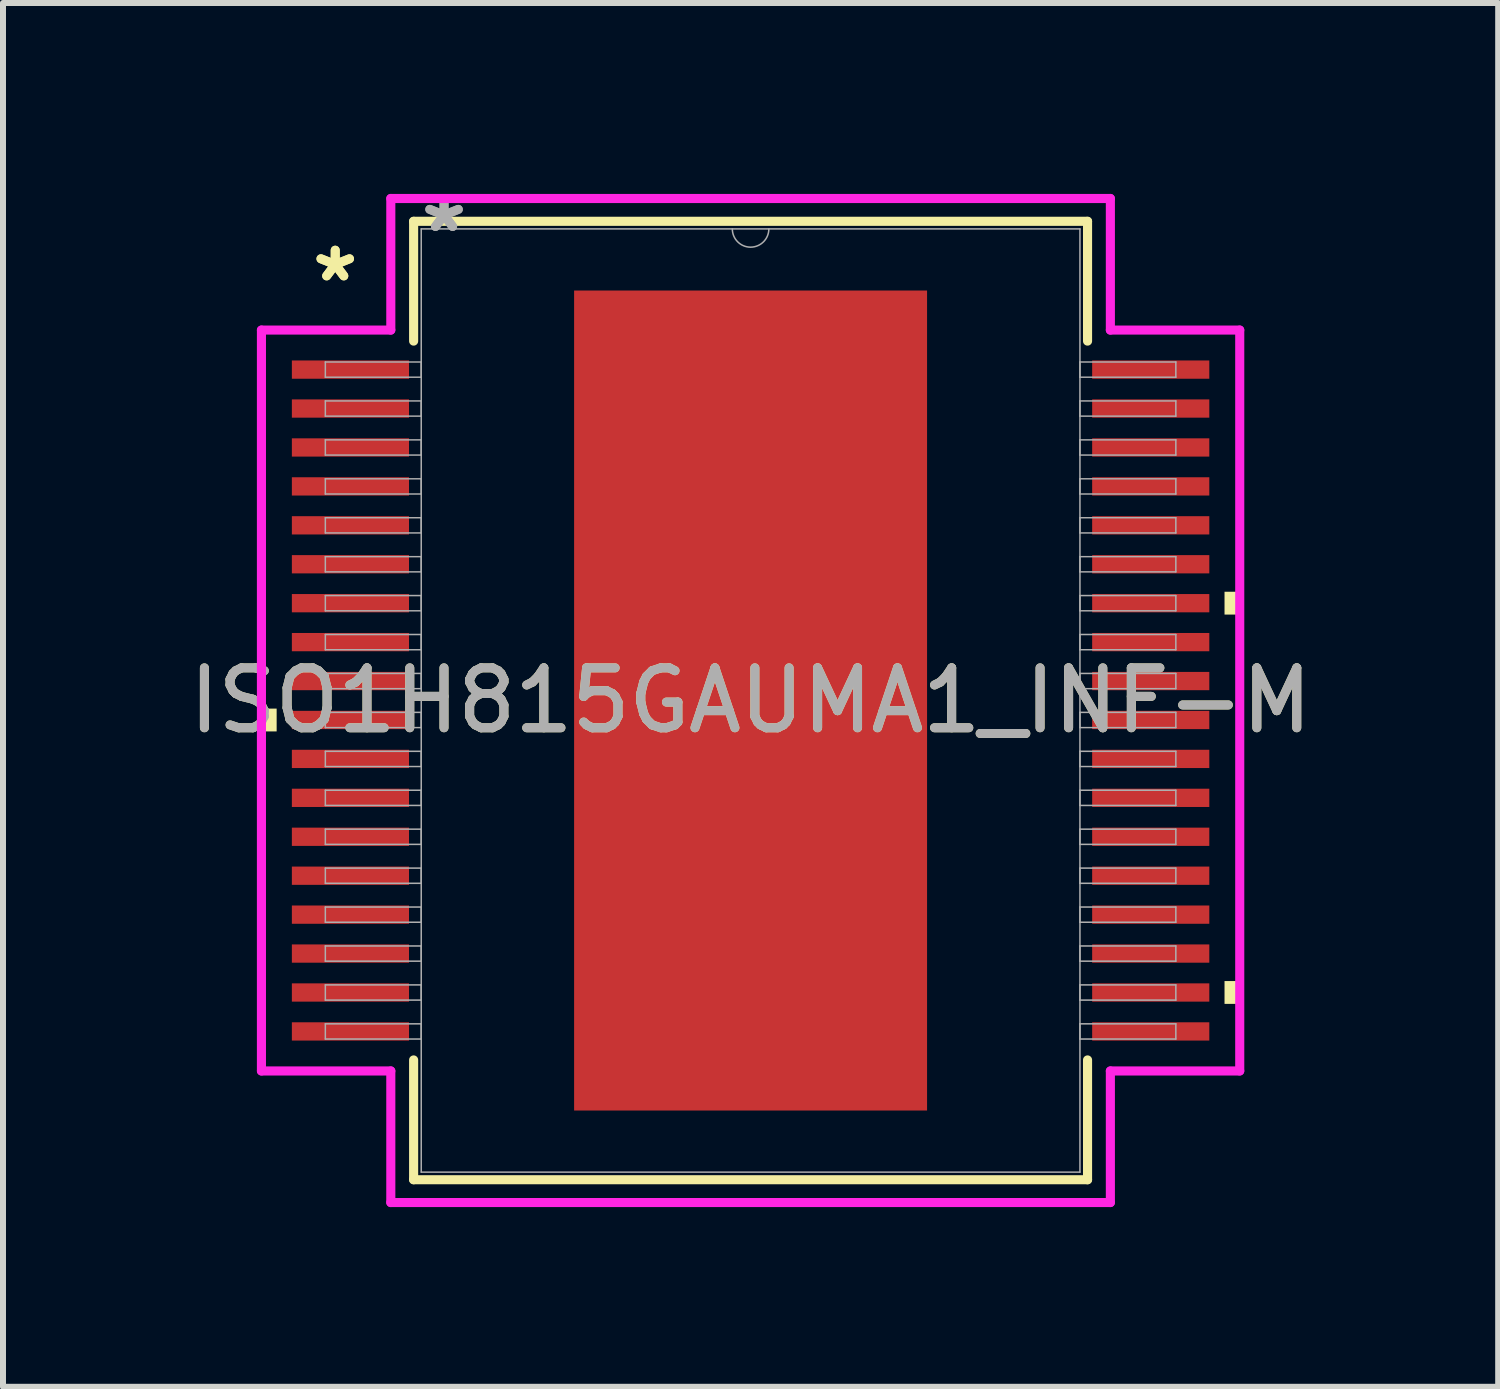
<source format=kicad_pcb>
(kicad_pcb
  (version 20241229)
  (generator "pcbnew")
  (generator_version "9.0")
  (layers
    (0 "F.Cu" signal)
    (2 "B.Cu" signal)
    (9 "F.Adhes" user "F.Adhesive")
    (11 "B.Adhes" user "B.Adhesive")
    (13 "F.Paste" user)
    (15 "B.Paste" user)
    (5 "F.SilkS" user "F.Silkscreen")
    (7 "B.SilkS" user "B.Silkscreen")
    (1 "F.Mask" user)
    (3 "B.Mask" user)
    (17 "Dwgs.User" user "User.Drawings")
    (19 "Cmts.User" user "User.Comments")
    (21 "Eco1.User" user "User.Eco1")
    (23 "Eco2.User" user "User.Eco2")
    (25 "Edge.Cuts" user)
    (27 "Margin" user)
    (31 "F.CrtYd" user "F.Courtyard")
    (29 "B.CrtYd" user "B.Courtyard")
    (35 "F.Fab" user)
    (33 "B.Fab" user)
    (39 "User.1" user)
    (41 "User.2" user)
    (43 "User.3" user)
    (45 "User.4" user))
  (footprint "ISO1H815GAUMA1_INF-M"
    (layer "F.Cu")
    (at 9.482 8.646)
    (property "Reference" "ISO1H815GAUMA1_INF-M" (at 0 0 0) (unlocked yes) (layer "F.SilkS") (effects (font (size 1 1) (thickness 0.15))))
    (attr smd)
    (fp_line (start -5.626 -8.001) (end -5.626 -6.001) (stroke (width 0.152) (type solid)) (layer "F.SilkS"))
    (fp_line (start -5.626 6.001) (end -5.626 8.001) (stroke (width 0.152) (type solid)) (layer "F.SilkS"))
    (fp_line (start -5.626 8.001) (end 5.626 8.001) (stroke (width 0.152) (type solid)) (layer "F.SilkS"))
    (fp_line (start 5.626 -8.001) (end -5.626 -8.001) (stroke (width 0.152) (type solid)) (layer "F.SilkS"))
    (fp_line (start 5.626 -6.001) (end 5.626 -8.001) (stroke (width 0.152) (type solid)) (layer "F.SilkS"))
    (fp_line (start 5.626 8.001) (end 5.626 6.001) (stroke (width 0.152) (type solid)) (layer "F.SilkS"))
    (fp_poly (pts (xy -8.167 0.135) (xy -8.167 0.516) (xy -7.913 0.516) (xy -7.913 0.135)) (stroke (width 0) (type solid)) (fill yes) (layer "F.SilkS"))
    (fp_poly (pts (xy 8.167 -1.816) (xy 8.167 -1.435) (xy 7.913 -1.435) (xy 7.913 -1.816)) (stroke (width 0) (type solid)) (fill yes) (layer "F.SilkS"))
    (fp_poly (pts (xy 8.167 4.684) (xy 8.167 5.065) (xy 7.913 5.065) (xy 7.913 4.684)) (stroke (width 0) (type solid)) (fill yes) (layer "F.SilkS"))
    (fp_poly (pts (xy -2.846 -6.745) (xy -2.846 -5.576) (xy -1.573 -5.576) (xy -1.573 -6.745)) (stroke (width 0) (type solid)) (fill yes) (layer "F.Paste"))
    (fp_poly (pts (xy -2.846 -5.376) (xy -2.846 -4.207) (xy -1.573 -4.207) (xy -1.573 -5.376)) (stroke (width 0) (type solid)) (fill yes) (layer "F.Paste"))
    (fp_poly (pts (xy -2.846 -4.007) (xy -2.846 -2.838) (xy -1.573 -2.838) (xy -1.573 -4.007)) (stroke (width 0) (type solid)) (fill yes) (layer "F.Paste"))
    (fp_poly (pts (xy -2.846 -2.638) (xy -2.846 -1.469) (xy -1.573 -1.469) (xy -1.573 -2.638)) (stroke (width 0) (type solid)) (fill yes) (layer "F.Paste"))
    (fp_poly (pts (xy -2.846 -1.269) (xy -2.846 -0.1) (xy -1.573 -0.1) (xy -1.573 -1.269)) (stroke (width 0) (type solid)) (fill yes) (layer "F.Paste"))
    (fp_poly (pts (xy -2.846 0.1) (xy -2.846 1.269) (xy -1.573 1.269) (xy -1.573 0.1)) (stroke (width 0) (type solid)) (fill yes) (layer "F.Paste"))
    (fp_poly (pts (xy -2.846 1.469) (xy -2.846 2.638) (xy -1.573 2.638) (xy -1.573 1.469)) (stroke (width 0) (type solid)) (fill yes) (layer "F.Paste"))
    (fp_poly (pts (xy -2.846 2.838) (xy -2.846 4.007) (xy -1.573 4.007) (xy -1.573 2.838)) (stroke (width 0) (type solid)) (fill yes) (layer "F.Paste"))
    (fp_poly (pts (xy -2.846 4.207) (xy -2.846 5.376) (xy -1.573 5.376) (xy -1.573 4.207)) (stroke (width 0) (type solid)) (fill yes) (layer "F.Paste"))
    (fp_poly (pts (xy -2.846 5.576) (xy -2.846 6.745) (xy -1.573 6.745) (xy -1.573 5.576)) (stroke (width 0) (type solid)) (fill yes) (layer "F.Paste"))
    (fp_poly (pts (xy -1.373 -6.745) (xy -1.373 -5.576) (xy -0.1 -5.576) (xy -0.1 -6.745)) (stroke (width 0) (type solid)) (fill yes) (layer "F.Paste"))
    (fp_poly (pts (xy -1.373 -5.376) (xy -1.373 -4.207) (xy -0.1 -4.207) (xy -0.1 -5.376)) (stroke (width 0) (type solid)) (fill yes) (layer "F.Paste"))
    (fp_poly (pts (xy -1.373 -4.007) (xy -1.373 -2.838) (xy -0.1 -2.838) (xy -0.1 -4.007)) (stroke (width 0) (type solid)) (fill yes) (layer "F.Paste"))
    (fp_poly (pts (xy -1.373 -2.638) (xy -1.373 -1.469) (xy -0.1 -1.469) (xy -0.1 -2.638)) (stroke (width 0) (type solid)) (fill yes) (layer "F.Paste"))
    (fp_poly (pts (xy -1.373 -1.269) (xy -1.373 -0.1) (xy -0.1 -0.1) (xy -0.1 -1.269)) (stroke (width 0) (type solid)) (fill yes) (layer "F.Paste"))
    (fp_poly (pts (xy -1.373 0.1) (xy -1.373 1.269) (xy -0.1 1.269) (xy -0.1 0.1)) (stroke (width 0) (type solid)) (fill yes) (layer "F.Paste"))
    (fp_poly (pts (xy -1.373 1.469) (xy -1.373 2.638) (xy -0.1 2.638) (xy -0.1 1.469)) (stroke (width 0) (type solid)) (fill yes) (layer "F.Paste"))
    (fp_poly (pts (xy -1.373 2.838) (xy -1.373 4.007) (xy -0.1 4.007) (xy -0.1 2.838)) (stroke (width 0) (type solid)) (fill yes) (layer "F.Paste"))
    (fp_poly (pts (xy -1.373 4.207) (xy -1.373 5.376) (xy -0.1 5.376) (xy -0.1 4.207)) (stroke (width 0) (type solid)) (fill yes) (layer "F.Paste"))
    (fp_poly (pts (xy -1.373 5.576) (xy -1.373 6.745) (xy -0.1 6.745) (xy -0.1 5.576)) (stroke (width 0) (type solid)) (fill yes) (layer "F.Paste"))
    (fp_poly (pts (xy 0.1 -6.745) (xy 0.1 -5.576) (xy 1.373 -5.576) (xy 1.373 -6.745)) (stroke (width 0) (type solid)) (fill yes) (layer "F.Paste"))
    (fp_poly (pts (xy 0.1 -5.376) (xy 0.1 -4.207) (xy 1.373 -4.207) (xy 1.373 -5.376)) (stroke (width 0) (type solid)) (fill yes) (layer "F.Paste"))
    (fp_poly (pts (xy 0.1 -4.007) (xy 0.1 -2.838) (xy 1.373 -2.838) (xy 1.373 -4.007)) (stroke (width 0) (type solid)) (fill yes) (layer "F.Paste"))
    (fp_poly (pts (xy 0.1 -2.638) (xy 0.1 -1.469) (xy 1.373 -1.469) (xy 1.373 -2.638)) (stroke (width 0) (type solid)) (fill yes) (layer "F.Paste"))
    (fp_poly (pts (xy 0.1 -1.269) (xy 0.1 -0.1) (xy 1.373 -0.1) (xy 1.373 -1.269)) (stroke (width 0) (type solid)) (fill yes) (layer "F.Paste"))
    (fp_poly (pts (xy 0.1 0.1) (xy 0.1 1.269) (xy 1.373 1.269) (xy 1.373 0.1)) (stroke (width 0) (type solid)) (fill yes) (layer "F.Paste"))
    (fp_poly (pts (xy 0.1 1.469) (xy 0.1 2.638) (xy 1.373 2.638) (xy 1.373 1.469)) (stroke (width 0) (type solid)) (fill yes) (layer "F.Paste"))
    (fp_poly (pts (xy 0.1 2.838) (xy 0.1 4.007) (xy 1.373 4.007) (xy 1.373 2.838)) (stroke (width 0) (type solid)) (fill yes) (layer "F.Paste"))
    (fp_poly (pts (xy 0.1 4.207) (xy 0.1 5.376) (xy 1.373 5.376) (xy 1.373 4.207)) (stroke (width 0) (type solid)) (fill yes) (layer "F.Paste"))
    (fp_poly (pts (xy 0.1 5.576) (xy 0.1 6.745) (xy 1.373 6.745) (xy 1.373 5.576)) (stroke (width 0) (type solid)) (fill yes) (layer "F.Paste"))
    (fp_poly (pts (xy 1.573 -6.745) (xy 1.573 -5.576) (xy 2.846 -5.576) (xy 2.846 -6.745)) (stroke (width 0) (type solid)) (fill yes) (layer "F.Paste"))
    (fp_poly (pts (xy 1.573 -5.376) (xy 1.573 -4.207) (xy 2.846 -4.207) (xy 2.846 -5.376)) (stroke (width 0) (type solid)) (fill yes) (layer "F.Paste"))
    (fp_poly (pts (xy 1.573 -4.007) (xy 1.573 -2.838) (xy 2.846 -2.838) (xy 2.846 -4.007)) (stroke (width 0) (type solid)) (fill yes) (layer "F.Paste"))
    (fp_poly (pts (xy 1.573 -2.638) (xy 1.573 -1.469) (xy 2.846 -1.469) (xy 2.846 -2.638)) (stroke (width 0) (type solid)) (fill yes) (layer "F.Paste"))
    (fp_poly (pts (xy 1.573 -1.269) (xy 1.573 -0.1) (xy 2.846 -0.1) (xy 2.846 -1.269)) (stroke (width 0) (type solid)) (fill yes) (layer "F.Paste"))
    (fp_poly (pts (xy 1.573 0.1) (xy 1.573 1.269) (xy 2.846 1.269) (xy 2.846 0.1)) (stroke (width 0) (type solid)) (fill yes) (layer "F.Paste"))
    (fp_poly (pts (xy 1.573 1.469) (xy 1.573 2.638) (xy 2.846 2.638) (xy 2.846 1.469)) (stroke (width 0) (type solid)) (fill yes) (layer "F.Paste"))
    (fp_poly (pts (xy 1.573 2.838) (xy 1.573 4.007) (xy 2.846 4.007) (xy 2.846 2.838)) (stroke (width 0) (type solid)) (fill yes) (layer "F.Paste"))
    (fp_poly (pts (xy 1.573 4.207) (xy 1.573 5.376) (xy 2.846 5.376) (xy 2.846 4.207)) (stroke (width 0) (type solid)) (fill yes) (layer "F.Paste"))
    (fp_poly (pts (xy 1.573 5.576) (xy 1.573 6.745) (xy 2.846 6.745) (xy 2.846 5.576)) (stroke (width 0) (type solid)) (fill yes) (layer "F.Paste"))
    (fp_line (start -8.167 -6.185) (end -6.007 -6.185) (stroke (width 0.152) (type solid)) (layer "F.CrtYd"))
    (fp_line (start -8.167 6.185) (end -8.167 -6.185) (stroke (width 0.152) (type solid)) (layer "F.CrtYd"))
    (fp_line (start -8.167 6.185) (end -6.007 6.185) (stroke (width 0.152) (type solid)) (layer "F.CrtYd"))
    (fp_line (start -6.007 -8.382) (end 6.007 -8.382) (stroke (width 0.152) (type solid)) (layer "F.CrtYd"))
    (fp_line (start -6.007 -6.185) (end -6.007 -8.382) (stroke (width 0.152) (type solid)) (layer "F.CrtYd"))
    (fp_line (start -6.007 8.382) (end -6.007 6.185) (stroke (width 0.152) (type solid)) (layer "F.CrtYd"))
    (fp_line (start 6.007 -8.382) (end 6.007 -6.185) (stroke (width 0.152) (type solid)) (layer "F.CrtYd"))
    (fp_line (start 6.007 6.185) (end 6.007 8.382) (stroke (width 0.152) (type solid)) (layer "F.CrtYd"))
    (fp_line (start 6.007 8.382) (end -6.007 8.382) (stroke (width 0.152) (type solid)) (layer "F.CrtYd"))
    (fp_line (start 8.167 -6.185) (end 6.007 -6.185) (stroke (width 0.152) (type solid)) (layer "F.CrtYd"))
    (fp_line (start 8.167 -6.185) (end 8.167 6.185) (stroke (width 0.152) (type solid)) (layer "F.CrtYd"))
    (fp_line (start 8.167 6.185) (end 6.007 6.185) (stroke (width 0.152) (type solid)) (layer "F.CrtYd"))
    (fp_line (start -7.1 -5.652) (end -7.1 -5.398) (stroke (width 0.025) (type solid)) (layer "F.Fab"))
    (fp_line (start -7.1 -5.398) (end -5.499 -5.398) (stroke (width 0.025) (type solid)) (layer "F.Fab"))
    (fp_line (start -7.1 -5.002) (end -7.1 -4.748) (stroke (width 0.025) (type solid)) (layer "F.Fab"))
    (fp_line (start -7.1 -4.748) (end -5.499 -4.748) (stroke (width 0.025) (type solid)) (layer "F.Fab"))
    (fp_line (start -7.1 -4.352) (end -7.1 -4.098) (stroke (width 0.025) (type solid)) (layer "F.Fab"))
    (fp_line (start -7.1 -4.098) (end -5.499 -4.098) (stroke (width 0.025) (type solid)) (layer "F.Fab"))
    (fp_line (start -7.1 -3.702) (end -7.1 -3.448) (stroke (width 0.025) (type solid)) (layer "F.Fab"))
    (fp_line (start -7.1 -3.448) (end -5.499 -3.448) (stroke (width 0.025) (type solid)) (layer "F.Fab"))
    (fp_line (start -7.1 -3.052) (end -7.1 -2.798) (stroke (width 0.025) (type solid)) (layer "F.Fab"))
    (fp_line (start -7.1 -2.798) (end -5.499 -2.798) (stroke (width 0.025) (type solid)) (layer "F.Fab"))
    (fp_line (start -7.1 -2.402) (end -7.1 -2.148) (stroke (width 0.025) (type solid)) (layer "F.Fab"))
    (fp_line (start -7.1 -2.148) (end -5.499 -2.148) (stroke (width 0.025) (type solid)) (layer "F.Fab"))
    (fp_line (start -7.1 -1.752) (end -7.1 -1.498) (stroke (width 0.025) (type solid)) (layer "F.Fab"))
    (fp_line (start -7.1 -1.498) (end -5.499 -1.498) (stroke (width 0.025) (type solid)) (layer "F.Fab"))
    (fp_line (start -7.1 -1.102) (end -7.1 -0.848) (stroke (width 0.025) (type solid)) (layer "F.Fab"))
    (fp_line (start -7.1 -0.848) (end -5.499 -0.848) (stroke (width 0.025) (type solid)) (layer "F.Fab"))
    (fp_line (start -7.1 -0.452) (end -7.1 -0.198) (stroke (width 0.025) (type solid)) (layer "F.Fab"))
    (fp_line (start -7.1 -0.198) (end -5.499 -0.198) (stroke (width 0.025) (type solid)) (layer "F.Fab"))
    (fp_line (start -7.1 0.198) (end -7.1 0.452) (stroke (width 0.025) (type solid)) (layer "F.Fab"))
    (fp_line (start -7.1 0.452) (end -5.499 0.452) (stroke (width 0.025) (type solid)) (layer "F.Fab"))
    (fp_line (start -7.1 0.848) (end -7.1 1.102) (stroke (width 0.025) (type solid)) (layer "F.Fab"))
    (fp_line (start -7.1 1.102) (end -5.499 1.102) (stroke (width 0.025) (type solid)) (layer "F.Fab"))
    (fp_line (start -7.1 1.498) (end -7.1 1.752) (stroke (width 0.025) (type solid)) (layer "F.Fab"))
    (fp_line (start -7.1 1.752) (end -5.499 1.752) (stroke (width 0.025) (type solid)) (layer "F.Fab"))
    (fp_line (start -7.1 2.148) (end -7.1 2.402) (stroke (width 0.025) (type solid)) (layer "F.Fab"))
    (fp_line (start -7.1 2.402) (end -5.499 2.402) (stroke (width 0.025) (type solid)) (layer "F.Fab"))
    (fp_line (start -7.1 2.798) (end -7.1 3.052) (stroke (width 0.025) (type solid)) (layer "F.Fab"))
    (fp_line (start -7.1 3.052) (end -5.499 3.052) (stroke (width 0.025) (type solid)) (layer "F.Fab"))
    (fp_line (start -7.1 3.448) (end -7.1 3.702) (stroke (width 0.025) (type solid)) (layer "F.Fab"))
    (fp_line (start -7.1 3.702) (end -5.499 3.702) (stroke (width 0.025) (type solid)) (layer "F.Fab"))
    (fp_line (start -7.1 4.098) (end -7.1 4.352) (stroke (width 0.025) (type solid)) (layer "F.Fab"))
    (fp_line (start -7.1 4.352) (end -5.499 4.352) (stroke (width 0.025) (type solid)) (layer "F.Fab"))
    (fp_line (start -7.1 4.748) (end -7.1 5.002) (stroke (width 0.025) (type solid)) (layer "F.Fab"))
    (fp_line (start -7.1 5.002) (end -5.499 5.002) (stroke (width 0.025) (type solid)) (layer "F.Fab"))
    (fp_line (start -7.1 5.398) (end -7.1 5.652) (stroke (width 0.025) (type solid)) (layer "F.Fab"))
    (fp_line (start -7.1 5.652) (end -5.499 5.652) (stroke (width 0.025) (type solid)) (layer "F.Fab"))
    (fp_line (start -5.499 -7.874) (end -5.499 7.874) (stroke (width 0.025) (type solid)) (layer "F.Fab"))
    (fp_line (start -5.499 -5.652) (end -7.1 -5.652) (stroke (width 0.025) (type solid)) (layer "F.Fab"))
    (fp_line (start -5.499 -5.398) (end -5.499 -5.652) (stroke (width 0.025) (type solid)) (layer "F.Fab"))
    (fp_line (start -5.499 -5.002) (end -7.1 -5.002) (stroke (width 0.025) (type solid)) (layer "F.Fab"))
    (fp_line (start -5.499 -4.748) (end -5.499 -5.002) (stroke (width 0.025) (type solid)) (layer "F.Fab"))
    (fp_line (start -5.499 -4.352) (end -7.1 -4.352) (stroke (width 0.025) (type solid)) (layer "F.Fab"))
    (fp_line (start -5.499 -4.098) (end -5.499 -4.352) (stroke (width 0.025) (type solid)) (layer "F.Fab"))
    (fp_line (start -5.499 -3.702) (end -7.1 -3.702) (stroke (width 0.025) (type solid)) (layer "F.Fab"))
    (fp_line (start -5.499 -3.448) (end -5.499 -3.702) (stroke (width 0.025) (type solid)) (layer "F.Fab"))
    (fp_line (start -5.499 -3.052) (end -7.1 -3.052) (stroke (width 0.025) (type solid)) (layer "F.Fab"))
    (fp_line (start -5.499 -2.798) (end -5.499 -3.052) (stroke (width 0.025) (type solid)) (layer "F.Fab"))
    (fp_line (start -5.499 -2.402) (end -7.1 -2.402) (stroke (width 0.025) (type solid)) (layer "F.Fab"))
    (fp_line (start -5.499 -2.148) (end -5.499 -2.402) (stroke (width 0.025) (type solid)) (layer "F.Fab"))
    (fp_line (start -5.499 -1.752) (end -7.1 -1.752) (stroke (width 0.025) (type solid)) (layer "F.Fab"))
    (fp_line (start -5.499 -1.498) (end -5.499 -1.752) (stroke (width 0.025) (type solid)) (layer "F.Fab"))
    (fp_line (start -5.499 -1.102) (end -7.1 -1.102) (stroke (width 0.025) (type solid)) (layer "F.Fab"))
    (fp_line (start -5.499 -0.848) (end -5.499 -1.102) (stroke (width 0.025) (type solid)) (layer "F.Fab"))
    (fp_line (start -5.499 -0.452) (end -7.1 -0.452) (stroke (width 0.025) (type solid)) (layer "F.Fab"))
    (fp_line (start -5.499 -0.198) (end -5.499 -0.452) (stroke (width 0.025) (type solid)) (layer "F.Fab"))
    (fp_line (start -5.499 0.198) (end -7.1 0.198) (stroke (width 0.025) (type solid)) (layer "F.Fab"))
    (fp_line (start -5.499 0.452) (end -5.499 0.198) (stroke (width 0.025) (type solid)) (layer "F.Fab"))
    (fp_line (start -5.499 0.848) (end -7.1 0.848) (stroke (width 0.025) (type solid)) (layer "F.Fab"))
    (fp_line (start -5.499 1.102) (end -5.499 0.848) (stroke (width 0.025) (type solid)) (layer "F.Fab"))
    (fp_line (start -5.499 1.498) (end -7.1 1.498) (stroke (width 0.025) (type solid)) (layer "F.Fab"))
    (fp_line (start -5.499 1.752) (end -5.499 1.498) (stroke (width 0.025) (type solid)) (layer "F.Fab"))
    (fp_line (start -5.499 2.148) (end -7.1 2.148) (stroke (width 0.025) (type solid)) (layer "F.Fab"))
    (fp_line (start -5.499 2.402) (end -5.499 2.148) (stroke (width 0.025) (type solid)) (layer "F.Fab"))
    (fp_line (start -5.499 2.798) (end -7.1 2.798) (stroke (width 0.025) (type solid)) (layer "F.Fab"))
    (fp_line (start -5.499 3.052) (end -5.499 2.798) (stroke (width 0.025) (type solid)) (layer "F.Fab"))
    (fp_line (start -5.499 3.448) (end -7.1 3.448) (stroke (width 0.025) (type solid)) (layer "F.Fab"))
    (fp_line (start -5.499 3.702) (end -5.499 3.448) (stroke (width 0.025) (type solid)) (layer "F.Fab"))
    (fp_line (start -5.499 4.098) (end -7.1 4.098) (stroke (width 0.025) (type solid)) (layer "F.Fab"))
    (fp_line (start -5.499 4.352) (end -5.499 4.098) (stroke (width 0.025) (type solid)) (layer "F.Fab"))
    (fp_line (start -5.499 4.748) (end -7.1 4.748) (stroke (width 0.025) (type solid)) (layer "F.Fab"))
    (fp_line (start -5.499 5.002) (end -5.499 4.748) (stroke (width 0.025) (type solid)) (layer "F.Fab"))
    (fp_line (start -5.499 5.398) (end -7.1 5.398) (stroke (width 0.025) (type solid)) (layer "F.Fab"))
    (fp_line (start -5.499 5.652) (end -5.499 5.398) (stroke (width 0.025) (type solid)) (layer "F.Fab"))
    (fp_line (start -5.499 7.874) (end 5.499 7.874) (stroke (width 0.025) (type solid)) (layer "F.Fab"))
    (fp_line (start 5.499 -7.874) (end -5.499 -7.874) (stroke (width 0.025) (type solid)) (layer "F.Fab"))
    (fp_line (start 5.499 -5.652) (end 5.499 -5.398) (stroke (width 0.025) (type solid)) (layer "F.Fab"))
    (fp_line (start 5.499 -5.398) (end 7.1 -5.398) (stroke (width 0.025) (type solid)) (layer "F.Fab"))
    (fp_line (start 5.499 -5.002) (end 5.499 -4.748) (stroke (width 0.025) (type solid)) (layer "F.Fab"))
    (fp_line (start 5.499 -4.748) (end 7.1 -4.748) (stroke (width 0.025) (type solid)) (layer "F.Fab"))
    (fp_line (start 5.499 -4.352) (end 5.499 -4.098) (stroke (width 0.025) (type solid)) (layer "F.Fab"))
    (fp_line (start 5.499 -4.098) (end 7.1 -4.098) (stroke (width 0.025) (type solid)) (layer "F.Fab"))
    (fp_line (start 5.499 -3.702) (end 5.499 -3.448) (stroke (width 0.025) (type solid)) (layer "F.Fab"))
    (fp_line (start 5.499 -3.448) (end 7.1 -3.448) (stroke (width 0.025) (type solid)) (layer "F.Fab"))
    (fp_line (start 5.499 -3.052) (end 5.499 -2.798) (stroke (width 0.025) (type solid)) (layer "F.Fab"))
    (fp_line (start 5.499 -2.798) (end 7.1 -2.798) (stroke (width 0.025) (type solid)) (layer "F.Fab"))
    (fp_line (start 5.499 -2.402) (end 5.499 -2.148) (stroke (width 0.025) (type solid)) (layer "F.Fab"))
    (fp_line (start 5.499 -2.148) (end 7.1 -2.148) (stroke (width 0.025) (type solid)) (layer "F.Fab"))
    (fp_line (start 5.499 -1.752) (end 5.499 -1.498) (stroke (width 0.025) (type solid)) (layer "F.Fab"))
    (fp_line (start 5.499 -1.498) (end 7.1 -1.498) (stroke (width 0.025) (type solid)) (layer "F.Fab"))
    (fp_line (start 5.499 -1.102) (end 5.499 -0.848) (stroke (width 0.025) (type solid)) (layer "F.Fab"))
    (fp_line (start 5.499 -0.848) (end 7.1 -0.848) (stroke (width 0.025) (type solid)) (layer "F.Fab"))
    (fp_line (start 5.499 -0.452) (end 5.499 -0.198) (stroke (width 0.025) (type solid)) (layer "F.Fab"))
    (fp_line (start 5.499 -0.198) (end 7.1 -0.198) (stroke (width 0.025) (type solid)) (layer "F.Fab"))
    (fp_line (start 5.499 0.198) (end 5.499 0.452) (stroke (width 0.025) (type solid)) (layer "F.Fab"))
    (fp_line (start 5.499 0.452) (end 7.1 0.452) (stroke (width 0.025) (type solid)) (layer "F.Fab"))
    (fp_line (start 5.499 0.848) (end 5.499 1.102) (stroke (width 0.025) (type solid)) (layer "F.Fab"))
    (fp_line (start 5.499 1.102) (end 7.1 1.102) (stroke (width 0.025) (type solid)) (layer "F.Fab"))
    (fp_line (start 5.499 1.498) (end 5.499 1.752) (stroke (width 0.025) (type solid)) (layer "F.Fab"))
    (fp_line (start 5.499 1.752) (end 7.1 1.752) (stroke (width 0.025) (type solid)) (layer "F.Fab"))
    (fp_line (start 5.499 2.148) (end 5.499 2.402) (stroke (width 0.025) (type solid)) (layer "F.Fab"))
    (fp_line (start 5.499 2.402) (end 7.1 2.402) (stroke (width 0.025) (type solid)) (layer "F.Fab"))
    (fp_line (start 5.499 2.798) (end 5.499 3.052) (stroke (width 0.025) (type solid)) (layer "F.Fab"))
    (fp_line (start 5.499 3.052) (end 7.1 3.052) (stroke (width 0.025) (type solid)) (layer "F.Fab"))
    (fp_line (start 5.499 3.448) (end 5.499 3.702) (stroke (width 0.025) (type solid)) (layer "F.Fab"))
    (fp_line (start 5.499 3.702) (end 7.1 3.702) (stroke (width 0.025) (type solid)) (layer "F.Fab"))
    (fp_line (start 5.499 4.098) (end 5.499 4.352) (stroke (width 0.025) (type solid)) (layer "F.Fab"))
    (fp_line (start 5.499 4.352) (end 7.1 4.352) (stroke (width 0.025) (type solid)) (layer "F.Fab"))
    (fp_line (start 5.499 4.748) (end 5.499 5.002) (stroke (width 0.025) (type solid)) (layer "F.Fab"))
    (fp_line (start 5.499 5.002) (end 7.1 5.002) (stroke (width 0.025) (type solid)) (layer "F.Fab"))
    (fp_line (start 5.499 5.398) (end 5.499 5.652) (stroke (width 0.025) (type solid)) (layer "F.Fab"))
    (fp_line (start 5.499 5.652) (end 7.1 5.652) (stroke (width 0.025) (type solid)) (layer "F.Fab"))
    (fp_line (start 5.499 7.874) (end 5.499 -7.874) (stroke (width 0.025) (type solid)) (layer "F.Fab"))
    (fp_line (start 7.1 -5.652) (end 5.499 -5.652) (stroke (width 0.025) (type solid)) (layer "F.Fab"))
    (fp_line (start 7.1 -5.398) (end 7.1 -5.652) (stroke (width 0.025) (type solid)) (layer "F.Fab"))
    (fp_line (start 7.1 -5.002) (end 5.499 -5.002) (stroke (width 0.025) (type solid)) (layer "F.Fab"))
    (fp_line (start 7.1 -4.748) (end 7.1 -5.002) (stroke (width 0.025) (type solid)) (layer "F.Fab"))
    (fp_line (start 7.1 -4.352) (end 5.499 -4.352) (stroke (width 0.025) (type solid)) (layer "F.Fab"))
    (fp_line (start 7.1 -4.098) (end 7.1 -4.352) (stroke (width 0.025) (type solid)) (layer "F.Fab"))
    (fp_line (start 7.1 -3.702) (end 5.499 -3.702) (stroke (width 0.025) (type solid)) (layer "F.Fab"))
    (fp_line (start 7.1 -3.448) (end 7.1 -3.702) (stroke (width 0.025) (type solid)) (layer "F.Fab"))
    (fp_line (start 7.1 -3.052) (end 5.499 -3.052) (stroke (width 0.025) (type solid)) (layer "F.Fab"))
    (fp_line (start 7.1 -2.798) (end 7.1 -3.052) (stroke (width 0.025) (type solid)) (layer "F.Fab"))
    (fp_line (start 7.1 -2.402) (end 5.499 -2.402) (stroke (width 0.025) (type solid)) (layer "F.Fab"))
    (fp_line (start 7.1 -2.148) (end 7.1 -2.402) (stroke (width 0.025) (type solid)) (layer "F.Fab"))
    (fp_line (start 7.1 -1.752) (end 5.499 -1.752) (stroke (width 0.025) (type solid)) (layer "F.Fab"))
    (fp_line (start 7.1 -1.498) (end 7.1 -1.752) (stroke (width 0.025) (type solid)) (layer "F.Fab"))
    (fp_line (start 7.1 -1.102) (end 5.499 -1.102) (stroke (width 0.025) (type solid)) (layer "F.Fab"))
    (fp_line (start 7.1 -0.848) (end 7.1 -1.102) (stroke (width 0.025) (type solid)) (layer "F.Fab"))
    (fp_line (start 7.1 -0.452) (end 5.499 -0.452) (stroke (width 0.025) (type solid)) (layer "F.Fab"))
    (fp_line (start 7.1 -0.198) (end 7.1 -0.452) (stroke (width 0.025) (type solid)) (layer "F.Fab"))
    (fp_line (start 7.1 0.198) (end 5.499 0.198) (stroke (width 0.025) (type solid)) (layer "F.Fab"))
    (fp_line (start 7.1 0.452) (end 7.1 0.198) (stroke (width 0.025) (type solid)) (layer "F.Fab"))
    (fp_line (start 7.1 0.848) (end 5.499 0.848) (stroke (width 0.025) (type solid)) (layer "F.Fab"))
    (fp_line (start 7.1 1.102) (end 7.1 0.848) (stroke (width 0.025) (type solid)) (layer "F.Fab"))
    (fp_line (start 7.1 1.498) (end 5.499 1.498) (stroke (width 0.025) (type solid)) (layer "F.Fab"))
    (fp_line (start 7.1 1.752) (end 7.1 1.498) (stroke (width 0.025) (type solid)) (layer "F.Fab"))
    (fp_line (start 7.1 2.148) (end 5.499 2.148) (stroke (width 0.025) (type solid)) (layer "F.Fab"))
    (fp_line (start 7.1 2.402) (end 7.1 2.148) (stroke (width 0.025) (type solid)) (layer "F.Fab"))
    (fp_line (start 7.1 2.798) (end 5.499 2.798) (stroke (width 0.025) (type solid)) (layer "F.Fab"))
    (fp_line (start 7.1 3.052) (end 7.1 2.798) (stroke (width 0.025) (type solid)) (layer "F.Fab"))
    (fp_line (start 7.1 3.448) (end 5.499 3.448) (stroke (width 0.025) (type solid)) (layer "F.Fab"))
    (fp_line (start 7.1 3.702) (end 7.1 3.448) (stroke (width 0.025) (type solid)) (layer "F.Fab"))
    (fp_line (start 7.1 4.098) (end 5.499 4.098) (stroke (width 0.025) (type solid)) (layer "F.Fab"))
    (fp_line (start 7.1 4.352) (end 7.1 4.098) (stroke (width 0.025) (type solid)) (layer "F.Fab"))
    (fp_line (start 7.1 4.748) (end 5.499 4.748) (stroke (width 0.025) (type solid)) (layer "F.Fab"))
    (fp_line (start 7.1 5.002) (end 7.1 4.748) (stroke (width 0.025) (type solid)) (layer "F.Fab"))
    (fp_line (start 7.1 5.398) (end 5.499 5.398) (stroke (width 0.025) (type solid)) (layer "F.Fab"))
    (fp_line (start 7.1 5.652) (end 7.1 5.398) (stroke (width 0.025) (type solid)) (layer "F.Fab"))
    (fp_arc (start 0.3048 -7.874) (mid 0 -7.5692) (end -0.3048 -7.874) (stroke (width 0.0254) (type solid)) (layer "F.Fab"))
    (fp_text user "*" (at -6.935 -6.973 0) (layer "F.SilkS") (effects (font (size 1 1) (thickness 0.15))))
    (fp_text user "*" (at -6.935 -6.973 0) (unlocked yes) (layer "F.SilkS") (effects (font (size 1 1) (thickness 0.15))))
    (fp_text user "*" (at -5.118 -7.798 0) (unlocked yes) (layer "F.Fab") (effects (font (size 1 1) (thickness 0.15))))
    (fp_text user "${REFERENCE}" (at 0 0 0) (unlocked yes) (layer "F.Fab") (effects (font (size 1 1) (thickness 0.15))))
    (fp_text user "*" (at -5.118 -7.798 0) (layer "F.Fab") (effects (font (size 1 1) (thickness 0.15))))
    (pad "1" smd rect (at -6.681 -5.525) (size 1.956 0.305) (layers "F.Cu" "F.Mask" "F.Paste"))
    (pad "2" smd rect (at -6.681 -4.875) (size 1.956 0.305) (layers "F.Cu" "F.Mask" "F.Paste"))
    (pad "3" smd rect (at -6.681 -4.225) (size 1.956 0.305) (layers "F.Cu" "F.Mask" "F.Paste"))
    (pad "4" smd rect (at -6.681 -3.575) (size 1.956 0.305) (layers "F.Cu" "F.Mask" "F.Paste"))
    (pad "5" smd rect (at -6.681 -2.925) (size 1.956 0.305) (layers "F.Cu" "F.Mask" "F.Paste"))
    (pad "6" smd rect (at -6.681 -2.275) (size 1.956 0.305) (layers "F.Cu" "F.Mask" "F.Paste"))
    (pad "7" smd rect (at -6.681 -1.625) (size 1.956 0.305) (layers "F.Cu" "F.Mask" "F.Paste"))
    (pad "8" smd rect (at -6.681 -0.975) (size 1.956 0.305) (layers "F.Cu" "F.Mask" "F.Paste"))
    (pad "9" smd rect (at -6.681 -0.325) (size 1.956 0.305) (layers "F.Cu" "F.Mask" "F.Paste"))
    (pad "10" smd rect (at -6.681 0.325) (size 1.956 0.305) (layers "F.Cu" "F.Mask" "F.Paste"))
    (pad "11" smd rect (at -6.681 0.975) (size 1.956 0.305) (layers "F.Cu" "F.Mask" "F.Paste"))
    (pad "12" smd rect (at -6.681 1.625) (size 1.956 0.305) (layers "F.Cu" "F.Mask" "F.Paste"))
    (pad "13" smd rect (at -6.681 2.275) (size 1.956 0.305) (layers "F.Cu" "F.Mask" "F.Paste"))
    (pad "14" smd rect (at -6.681 2.925) (size 1.956 0.305) (layers "F.Cu" "F.Mask" "F.Paste"))
    (pad "15" smd rect (at -6.681 3.575) (size 1.956 0.305) (layers "F.Cu" "F.Mask" "F.Paste"))
    (pad "16" smd rect (at -6.681 4.225) (size 1.956 0.305) (layers "F.Cu" "F.Mask" "F.Paste"))
    (pad "17" smd rect (at -6.681 4.875) (size 1.956 0.305) (layers "F.Cu" "F.Mask" "F.Paste"))
    (pad "18" smd rect (at -6.681 5.525) (size 1.956 0.305) (layers "F.Cu" "F.Mask" "F.Paste"))
    (pad "19" smd rect (at 6.681 5.525) (size 1.956 0.305) (layers "F.Cu" "F.Mask" "F.Paste"))
    (pad "20" smd rect (at 6.681 4.875) (size 1.956 0.305) (layers "F.Cu" "F.Mask" "F.Paste"))
    (pad "21" smd rect (at 6.681 4.225) (size 1.956 0.305) (layers "F.Cu" "F.Mask" "F.Paste"))
    (pad "22" smd rect (at 6.681 3.575) (size 1.956 0.305) (layers "F.Cu" "F.Mask" "F.Paste"))
    (pad "23" smd rect (at 6.681 2.925) (size 1.956 0.305) (layers "F.Cu" "F.Mask" "F.Paste"))
    (pad "24" smd rect (at 6.681 2.275) (size 1.956 0.305) (layers "F.Cu" "F.Mask" "F.Paste"))
    (pad "25" smd rect (at 6.681 1.625) (size 1.956 0.305) (layers "F.Cu" "F.Mask" "F.Paste"))
    (pad "26" smd rect (at 6.681 0.975) (size 1.956 0.305) (layers "F.Cu" "F.Mask" "F.Paste"))
    (pad "27" smd rect (at 6.681 0.325) (size 1.956 0.305) (layers "F.Cu" "F.Mask" "F.Paste"))
    (pad "28" smd rect (at 6.681 -0.325) (size 1.956 0.305) (layers "F.Cu" "F.Mask" "F.Paste"))
    (pad "29" smd rect (at 6.681 -0.975) (size 1.956 0.305) (layers "F.Cu" "F.Mask" "F.Paste"))
    (pad "30" smd rect (at 6.681 -1.625) (size 1.956 0.305) (layers "F.Cu" "F.Mask" "F.Paste"))
    (pad "31" smd rect (at 6.681 -2.275) (size 1.956 0.305) (layers "F.Cu" "F.Mask" "F.Paste"))
    (pad "32" smd rect (at 6.681 -2.925) (size 1.956 0.305) (layers "F.Cu" "F.Mask" "F.Paste"))
    (pad "33" smd rect (at 6.681 -3.575) (size 1.956 0.305) (layers "F.Cu" "F.Mask" "F.Paste"))
    (pad "34" smd rect (at 6.681 -4.225) (size 1.956 0.305) (layers "F.Cu" "F.Mask" "F.Paste"))
    (pad "35" smd rect (at 6.681 -4.875) (size 1.956 0.305) (layers "F.Cu" "F.Mask" "F.Paste"))
    (pad "36" smd rect (at 6.681 -5.525) (size 1.956 0.305) (layers "F.Cu" "F.Mask" "F.Paste"))
    (pad "EPAD" smd rect (at 0 0) (size 5.893 13.691) (layers "F.Cu" "F.Mask")))
  (gr_rect
    (start -3 -3)
    (end 21.964 20.104)
    (stroke (width 0.1) (type default))
    (fill no)
    (layer "Edge.Cuts")))
</source>
